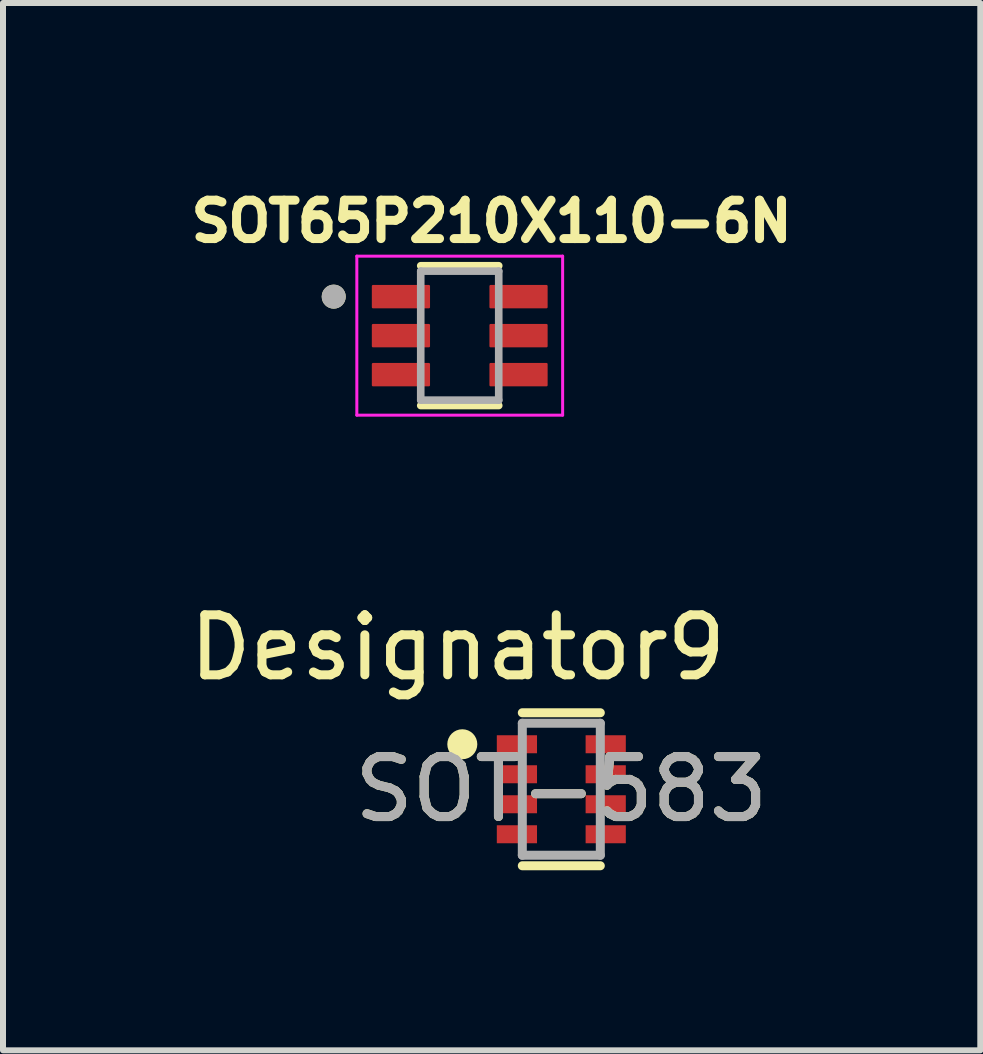
<source format=kicad_pcb>
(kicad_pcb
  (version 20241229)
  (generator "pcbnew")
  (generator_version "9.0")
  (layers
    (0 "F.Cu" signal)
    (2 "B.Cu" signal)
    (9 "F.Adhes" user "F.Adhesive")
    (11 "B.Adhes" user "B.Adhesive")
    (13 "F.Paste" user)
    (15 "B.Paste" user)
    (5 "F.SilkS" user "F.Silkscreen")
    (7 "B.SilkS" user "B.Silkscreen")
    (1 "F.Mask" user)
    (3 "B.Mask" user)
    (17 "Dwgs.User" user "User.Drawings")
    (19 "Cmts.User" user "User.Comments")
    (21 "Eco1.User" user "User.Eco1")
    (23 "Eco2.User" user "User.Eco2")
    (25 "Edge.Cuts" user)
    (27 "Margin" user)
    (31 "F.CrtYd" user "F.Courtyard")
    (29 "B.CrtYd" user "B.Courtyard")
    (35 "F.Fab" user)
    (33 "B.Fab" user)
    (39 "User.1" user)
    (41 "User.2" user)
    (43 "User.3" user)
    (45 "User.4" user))
  (footprint "SOT-583"
    (layer "F.Cu")
    (at 6.305 10.104)
    (property "Reference" "SOT-583" (at 0 0 0) (unlocked yes) (layer "F.SilkS") (effects (font (size 1 1) (thickness 0.15))))
    (attr smd)
    (fp_line (start -0.65 -1.275) (end 0.65 -1.275) (stroke (width 0.15) (type solid)) (layer "F.SilkS"))
    (fp_line (start -0.65 1.275) (end 0.65 1.275) (stroke (width 0.15) (type solid)) (layer "F.SilkS"))
    (fp_circle (center -1.65 -0.75) (end -1.525 -0.75) (stroke (width 0.25) (type solid)) (fill no) (layer "F.SilkS"))
    (fp_line (start -0.65 -1.1) (end 0.65 -1.1) (stroke (width 0.15) (type solid)) (layer "F.Fab"))
    (fp_line (start -0.65 1.1) (end -0.65 -1.1) (stroke (width 0.15) (type solid)) (layer "F.Fab"))
    (fp_line (start -0.65 1.1) (end 0.65 1.1) (stroke (width 0.15) (type solid)) (layer "F.Fab"))
    (fp_line (start 0.65 1.1) (end 0.65 -1.1) (stroke (width 0.15) (type solid)) (layer "F.Fab"))
    (fp_text user "Designator9" (at -1.727 -2.362 0) (unlocked yes) (layer "F.SilkS") (effects (font (size 1 1) (thickness 0.15))))
    (fp_text user "${REFERENCE}" (at 0 0 0) (unlocked yes) (layer "F.Fab") (effects (font (size 1 1) (thickness 0.15))))
    (pad "1" smd rect (at -0.74 -0.75) (size 0.67 0.3) (layers "F.Cu" "F.Mask" "F.Paste"))
    (pad "2" smd rect (at -0.74 -0.25) (size 0.67 0.3) (layers "F.Cu" "F.Mask" "F.Paste"))
    (pad "3" smd rect (at -0.74 0.25) (size 0.67 0.3) (layers "F.Cu" "F.Mask" "F.Paste"))
    (pad "4" smd rect (at -0.74 0.75) (size 0.67 0.3) (layers "F.Cu" "F.Mask" "F.Paste"))
    (pad "5" smd rect (at 0.74 0.75) (size 0.67 0.3) (layers "F.Cu" "F.Mask" "F.Paste"))
    (pad "6" smd rect (at 0.74 0.25) (size 0.67 0.3) (layers "F.Cu" "F.Mask" "F.Paste"))
    (pad "7" smd rect (at 0.74 -0.25) (size 0.67 0.3) (layers "F.Cu" "F.Mask" "F.Paste"))
    (pad "8" smd rect (at 0.74 -0.75) (size 0.67 0.3) (layers "F.Cu" "F.Mask" "F.Paste")))
  (footprint "SOT65P210X110-6N"
    (layer "F.Cu")
    (at 4.612 2.544)
    (property "Reference" "SOT65P210X110-6N" (at 0.532 -1.906 0) (layer "F.SilkS") (effects (font (size 0.64 0.64) (thickness 0.15))))
    (attr smd)
    (fp_line (start -0.65 -1.165) (end 0.65 -1.165) (stroke (width 0.127) (type solid)) (layer "F.SilkS"))
    (fp_line (start -0.65 1.165) (end 0.65 1.165) (stroke (width 0.127) (type solid)) (layer "F.SilkS"))
    (fp_circle (center -2.1 -0.65) (end -2 -0.65) (stroke (width 0.2) (type solid)) (fill no) (layer "F.SilkS"))
    (fp_line (start -1.715 -1.325) (end 1.715 -1.325) (stroke (width 0.05) (type solid)) (layer "F.CrtYd"))
    (fp_line (start -1.715 1.325) (end -1.715 -1.325) (stroke (width 0.05) (type solid)) (layer "F.CrtYd"))
    (fp_line (start 1.715 1.325) (end -1.715 1.325) (stroke (width 0.05) (type solid)) (layer "F.CrtYd"))
    (fp_line (start 1.715 1.325) (end 1.715 -1.325) (stroke (width 0.05) (type solid)) (layer "F.CrtYd"))
    (fp_line (start -0.65 -1.075) (end 0.65 -1.075) (stroke (width 0.127) (type solid)) (layer "F.Fab"))
    (fp_line (start -0.65 1.075) (end -0.65 -1.075) (stroke (width 0.127) (type solid)) (layer "F.Fab"))
    (fp_line (start 0.65 -1.075) (end 0.65 1.075) (stroke (width 0.127) (type solid)) (layer "F.Fab"))
    (fp_line (start 0.65 1.075) (end -0.65 1.075) (stroke (width 0.127) (type solid)) (layer "F.Fab"))
    (fp_circle (center -2.1 -0.65) (end -2 -0.65) (stroke (width 0.2) (type solid)) (fill no) (layer "F.Fab"))
    (pad "1" smd roundrect (at -0.98 -0.65) (size 0.97 0.39) (layers "F.Cu" "F.Mask" "F.Paste") (roundrect_rratio 0.05))
    (pad "2" smd roundrect (at -0.98 0) (size 0.97 0.39) (layers "F.Cu" "F.Mask" "F.Paste") (roundrect_rratio 0.05))
    (pad "3" smd roundrect (at -0.98 0.65) (size 0.97 0.39) (layers "F.Cu" "F.Mask" "F.Paste") (roundrect_rratio 0.05))
    (pad "4" smd roundrect (at 0.98 0.65 180) (size 0.97 0.39) (layers "F.Cu" "F.Mask" "F.Paste") (roundrect_rratio 0.05))
    (pad "5" smd roundrect (at 0.98 0 180) (size 0.97 0.39) (layers "F.Cu" "F.Mask" "F.Paste") (roundrect_rratio 0.05))
    (pad "6" smd roundrect (at 0.98 -0.65 180) (size 0.97 0.39) (layers "F.Cu" "F.Mask" "F.Paste") (roundrect_rratio 0.05)))
  (gr_rect
    (start -3 -3)
    (end 13.288 14.455)
    (stroke (width 0.1) (type default))
    (fill no)
    (layer "Edge.Cuts")))
</source>
